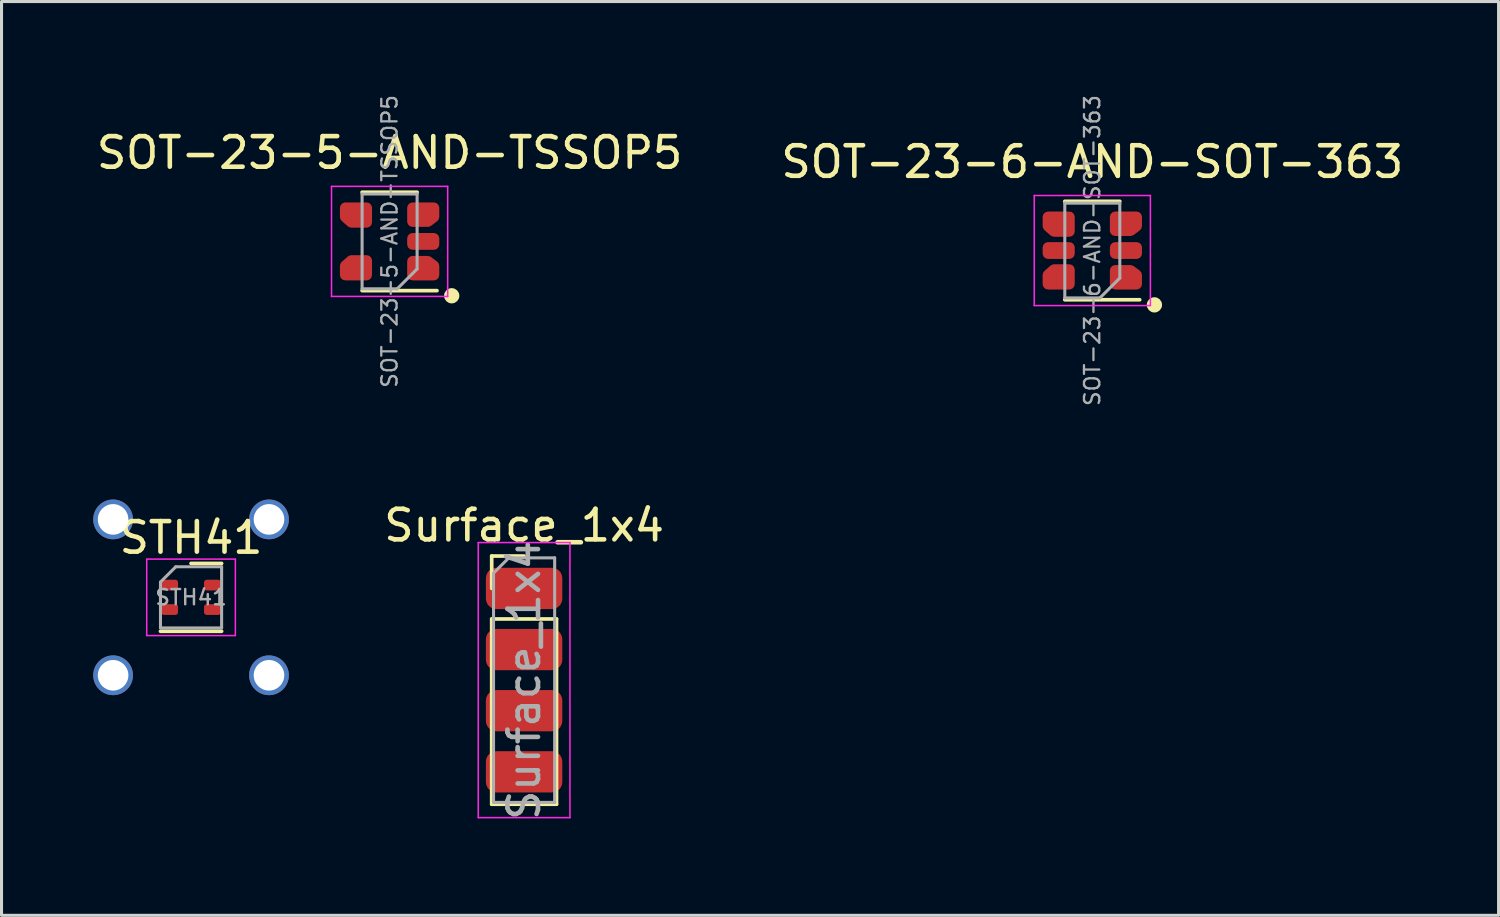
<source format=kicad_pcb>
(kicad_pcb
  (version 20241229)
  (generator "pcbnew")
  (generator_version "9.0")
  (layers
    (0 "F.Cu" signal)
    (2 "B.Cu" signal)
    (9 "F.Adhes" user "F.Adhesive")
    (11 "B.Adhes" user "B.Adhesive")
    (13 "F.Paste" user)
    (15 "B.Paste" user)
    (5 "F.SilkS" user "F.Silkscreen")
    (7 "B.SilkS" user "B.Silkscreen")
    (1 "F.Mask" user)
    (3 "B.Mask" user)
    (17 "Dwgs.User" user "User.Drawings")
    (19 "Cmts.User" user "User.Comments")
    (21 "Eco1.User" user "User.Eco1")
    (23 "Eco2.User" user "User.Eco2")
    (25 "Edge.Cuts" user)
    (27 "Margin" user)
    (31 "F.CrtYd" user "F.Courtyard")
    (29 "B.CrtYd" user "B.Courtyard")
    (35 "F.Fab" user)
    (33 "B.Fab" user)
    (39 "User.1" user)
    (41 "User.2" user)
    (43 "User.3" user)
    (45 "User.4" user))
  (footprint "STH41"
    (layer "F.Cu")
    (at 3.2 16.492)
    (property "Reference" "STH41" (at 0 -1.95 0) (layer "F.SilkS") (effects (font (size 1 1) (thickness 0.15))))
    (attr smd)
    (fp_line (start -1 1.11) (end 1 1.11) (stroke (width 0.12) (type solid)) (layer "F.SilkS"))
    (fp_line (start 0 -1.11) (end 1 -1.11) (stroke (width 0.12) (type solid)) (layer "F.SilkS"))
    (fp_line (start -1.45 -1.25) (end -1.45 1.25) (stroke (width 0.05) (type solid)) (layer "F.CrtYd"))
    (fp_line (start -1.45 1.25) (end 1.45 1.25) (stroke (width 0.05) (type solid)) (layer "F.CrtYd"))
    (fp_line (start 1.45 -1.25) (end -1.45 -1.25) (stroke (width 0.05) (type solid)) (layer "F.CrtYd"))
    (fp_line (start 1.45 1.25) (end 1.45 -1.25) (stroke (width 0.05) (type solid)) (layer "F.CrtYd"))
    (fp_line (start -1 -0.5) (end -0.5 -1) (stroke (width 0.1) (type solid)) (layer "F.Fab"))
    (fp_line (start -1 1) (end -1 -0.5) (stroke (width 0.1) (type solid)) (layer "F.Fab"))
    (fp_line (start -0.5 -1) (end 1 -1) (stroke (width 0.1) (type solid)) (layer "F.Fab"))
    (fp_line (start 1 -1) (end 1 1) (stroke (width 0.1) (type solid)) (layer "F.Fab"))
    (fp_line (start 1 1) (end -1 1) (stroke (width 0.1) (type solid)) (layer "F.Fab"))
    (fp_text user "${REFERENCE}" (at 0 0 0) (layer "F.Fab") (effects (font (size 0.5 0.5) (thickness 0.08))))
    (pad "1" smd roundrect (at -0.7 -0.4) (size 0.55 0.35) (layers "F.Cu" "F.Mask") (roundrect_rratio 0.25))
    (pad "2" smd roundrect (at -0.7 0.4) (size 0.55 0.35) (layers "F.Cu" "F.Mask") (roundrect_rratio 0.25))
    (pad "3" smd roundrect (at 0.7 0.4) (size 0.55 0.35) (layers "F.Cu" "F.Mask") (roundrect_rratio 0.25))
    (pad "4" smd roundrect (at 0.7 -0.4) (size 0.55 0.35) (layers "F.Cu" "F.Mask") (roundrect_rratio 0.25))
    (pad "6" thru_hole circle (at -2.55 -2.55) (size 1.3 1.3) (drill 1) (layers "*.Cu" "*.Mask"))
    (pad "6" thru_hole circle (at -2.55 2.55) (size 1.3 1.3) (drill 1) (layers "*.Cu" "*.Mask"))
    (pad "6" thru_hole circle (at 2.55 -2.55) (size 1.3 1.3) (drill 1) (layers "*.Cu" "*.Mask"))
    (pad "6" thru_hole circle (at 2.55 2.55) (size 1.3 1.3) (drill 1) (layers "*.Cu" "*.Mask")))
  (footprint "SOT-23-6-AND-SOT-363"
    (layer "F.Cu")
    (at 32.685 5.146)
    (property "Reference" "SOT-23-6-AND-SOT-363" (at 0 -2.9 0) (layer "F.SilkS") (effects (font (size 1 1) (thickness 0.15))))
    (attr smd)
    (fp_line (start -0.9 1.61) (end 1.55 1.61) (stroke (width 0.12) (type solid)) (layer "F.SilkS"))
    (fp_line (start 0.9 -1.61) (end -0.9 -1.61) (stroke (width 0.12) (type solid)) (layer "F.SilkS"))
    (fp_circle (center 2.032 1.778) (end 1.907 1.778) (stroke (width 0.25) (type solid)) (fill no) (layer "F.SilkS"))
    (fp_line (start -1.9 -1.8) (end 1.9 -1.8) (stroke (width 0.05) (type solid)) (layer "F.CrtYd"))
    (fp_line (start -1.9 1.8) (end -1.9 -1.8) (stroke (width 0.05) (type solid)) (layer "F.CrtYd"))
    (fp_line (start 1.9 -1.8) (end 1.9 1.8) (stroke (width 0.05) (type solid)) (layer "F.CrtYd"))
    (fp_line (start 1.9 1.8) (end -1.9 1.8) (stroke (width 0.05) (type solid)) (layer "F.CrtYd"))
    (fp_line (start -0.9 -1.55) (end 0.9 -1.55) (stroke (width 0.1) (type solid)) (layer "F.Fab"))
    (fp_line (start -0.9 1.55) (end -0.9 -1.55) (stroke (width 0.1) (type solid)) (layer "F.Fab"))
    (fp_line (start -0.9 1.55) (end 0.25 1.55) (stroke (width 0.1) (type solid)) (layer "F.Fab"))
    (fp_line (start 0.9 0.9) (end 0.25 1.55) (stroke (width 0.1) (type solid)) (layer "F.Fab"))
    (fp_line (start 0.9 0.9) (end 0.9 -1.55) (stroke (width 0.1) (type solid)) (layer "F.Fab"))
    (fp_text user "${REFERENCE}" (at 0 0 270) (layer "F.Fab") (effects (font (size 0.5 0.5) (thickness 0.075))))
    (pad "1" smd custom (at 1.1 0.95) (size 0.3 0.3) (layers "F.Cu" "F.Mask" "F.Paste") (options (anchor circle)) (primitives (gr_poly (pts (xy -0.35 -0.3) (xy 0.15 -0.3) (xy 0.35 -0.15) (xy 0.35 0.15) (xy -0.35 0.15)) (width 0.35) (fill yes))))
    (pad "2" smd custom (at 1.1 0) (size 0.3 0.3) (layers "F.Cu" "F.Mask" "F.Paste") (options (anchor circle)) (primitives (gr_poly (pts (xy -0.35 0.1) (xy 0.35 0.1) (xy 0.35 -0.1) (xy -0.35 -0.1)) (width 0.35) (fill yes))))
    (pad "3" smd custom (at 1.1 -0.95) (size 0.3 0.3) (layers "F.Cu" "F.Mask" "F.Paste") (options (anchor circle)) (primitives (gr_poly (pts (xy -0.35 0.3) (xy 0.15 0.3) (xy 0.35 0.15) (xy 0.35 -0.15) (xy -0.35 -0.15)) (width 0.35) (fill yes))))
    (pad "4" smd custom (at -1.1 -0.95) (size 0.3 0.3) (layers "F.Cu" "F.Mask" "F.Paste") (options (anchor circle)) (primitives (gr_poly (pts (xy 0.35 0.325) (xy -0.15 0.325) (xy -0.35 0.15) (xy -0.35 -0.15) (xy 0.35 -0.15)) (width 0.35) (fill yes))))
    (pad "5" smd custom (at -1.1 0) (size 0.3 0.3) (layers "F.Cu" "F.Mask" "F.Paste") (options (anchor circle)) (primitives (gr_poly (pts (xy -0.35 0.1) (xy 0.35 0.1) (xy 0.35 -0.1) (xy -0.35 -0.1)) (width 0.35) (fill yes))))
    (pad "6" smd custom (at -1.1 0.95) (size 0.3 0.3) (layers "F.Cu" "F.Mask" "F.Paste") (options (anchor circle)) (primitives (gr_poly (pts (xy 0.35 -0.325) (xy -0.15 -0.325) (xy -0.35 -0.15) (xy -0.35 0.15) (xy 0.35 0.15)) (width 0.35) (fill yes)))))
  (footprint "SOT-23-5-AND-TSSOP5"
    (layer "F.Cu")
    (at 9.696 4.848)
    (property "Reference" "SOT-23-5-AND-TSSOP5" (at 0 -2.9 0) (layer "F.SilkS") (effects (font (size 1 1) (thickness 0.15))))
    (attr smd)
    (fp_line (start -0.9 1.61) (end 1.55 1.61) (stroke (width 0.12) (type solid)) (layer "F.SilkS"))
    (fp_line (start 0.9 -1.61) (end -0.9 -1.61) (stroke (width 0.12) (type solid)) (layer "F.SilkS"))
    (fp_circle (center 2.032 1.778) (end 1.907 1.778) (stroke (width 0.25) (type solid)) (fill no) (layer "F.SilkS"))
    (fp_line (start -1.9 -1.8) (end 1.9 -1.8) (stroke (width 0.05) (type solid)) (layer "F.CrtYd"))
    (fp_line (start -1.9 1.8) (end -1.9 -1.8) (stroke (width 0.05) (type solid)) (layer "F.CrtYd"))
    (fp_line (start 1.9 -1.8) (end 1.9 1.8) (stroke (width 0.05) (type solid)) (layer "F.CrtYd"))
    (fp_line (start 1.9 1.8) (end -1.9 1.8) (stroke (width 0.05) (type solid)) (layer "F.CrtYd"))
    (fp_line (start -0.9 -1.55) (end 0.9 -1.55) (stroke (width 0.1) (type solid)) (layer "F.Fab"))
    (fp_line (start -0.9 1.55) (end -0.9 -1.55) (stroke (width 0.1) (type solid)) (layer "F.Fab"))
    (fp_line (start -0.9 1.55) (end 0.25 1.55) (stroke (width 0.1) (type solid)) (layer "F.Fab"))
    (fp_line (start 0.9 0.9) (end 0.25 1.55) (stroke (width 0.1) (type solid)) (layer "F.Fab"))
    (fp_line (start 0.9 0.9) (end 0.9 -1.55) (stroke (width 0.1) (type solid)) (layer "F.Fab"))
    (fp_text user "${REFERENCE}" (at 0 0 270) (layer "F.Fab") (effects (font (size 0.5 0.5) (thickness 0.075))))
    (pad "1" smd custom (at 1.1 0.95) (size 0.3 0.3) (layers "F.Cu" "F.Mask" "F.Paste") (options (anchor circle)) (primitives (gr_poly (pts (xy -0.35 -0.3) (xy 0.15 -0.3) (xy 0.35 -0.15) (xy 0.35 0.15) (xy -0.35 0.15)) (width 0.35) (fill yes))))
    (pad "2" smd custom (at 1.1 0) (size 0.3 0.3) (layers "F.Cu" "F.Mask" "F.Paste") (options (anchor circle)) (primitives (gr_poly (pts (xy -0.35 0.1) (xy 0.35 0.1) (xy 0.35 -0.1) (xy -0.35 -0.1)) (width 0.35) (fill yes))))
    (pad "3" smd custom (at 1.1 -0.95) (size 0.3 0.3) (layers "F.Cu" "F.Mask" "F.Paste") (options (anchor circle)) (primitives (gr_poly (pts (xy -0.35 0.3) (xy 0.15 0.3) (xy 0.35 0.15) (xy 0.35 -0.15) (xy -0.35 -0.15)) (width 0.35) (fill yes))))
    (pad "4" smd custom (at -1.1 -0.95) (size 0.3 0.3) (layers "F.Cu" "F.Mask" "F.Paste") (options (anchor circle)) (primitives (gr_poly (pts (xy 0.35 0.325) (xy -0.15 0.325) (xy -0.35 0.15) (xy -0.35 -0.15) (xy 0.35 -0.15)) (width 0.35) (fill yes))))
    (pad "5" smd custom (at -1.1 0.95) (size 0.3 0.3) (layers "F.Cu" "F.Mask" "F.Paste") (options (anchor circle)) (primitives (gr_poly (pts (xy 0.35 -0.325) (xy -0.15 -0.325) (xy -0.35 -0.15) (xy -0.35 0.15) (xy 0.35 0.15)) (width 0.35) (fill yes)))))
  (footprint "Surface_1x4"
    (layer "F.Cu")
    (at 14.096 16.2)
    (property "Reference" "Surface_1x4" (at 0 -2.06 0) (layer "F.SilkS") (effects (font (size 1 1) (thickness 0.15))))
    (attr through_hole)
    (fp_line (start -1.06 -1.06) (end 0 -1.06) (stroke (width 0.12) (type solid)) (layer "F.SilkS"))
    (fp_line (start -1.06 0) (end -1.06 -1.06) (stroke (width 0.12) (type solid)) (layer "F.SilkS"))
    (fp_line (start -1.06 1) (end -1.06 7.06) (stroke (width 0.12) (type solid)) (layer "F.SilkS"))
    (fp_line (start -1.06 1) (end 1.06 1) (stroke (width 0.12) (type solid)) (layer "F.SilkS"))
    (fp_line (start -1.06 7.06) (end 1.06 7.06) (stroke (width 0.12) (type solid)) (layer "F.SilkS"))
    (fp_line (start 1.06 1) (end 1.06 7.06) (stroke (width 0.12) (type solid)) (layer "F.SilkS"))
    (fp_line (start -1.5 -1.5) (end -1.5 7.5) (stroke (width 0.05) (type solid)) (layer "F.CrtYd"))
    (fp_line (start -1.5 7.5) (end 1.5 7.5) (stroke (width 0.05) (type solid)) (layer "F.CrtYd"))
    (fp_line (start 1.5 -1.5) (end -1.5 -1.5) (stroke (width 0.05) (type solid)) (layer "F.CrtYd"))
    (fp_line (start 1.5 7.5) (end 1.5 -1.5) (stroke (width 0.05) (type solid)) (layer "F.CrtYd"))
    (fp_line (start -1 -0.5) (end -0.5 -1) (stroke (width 0.1) (type solid)) (layer "F.Fab"))
    (fp_line (start -1 7) (end -1 -0.5) (stroke (width 0.1) (type solid)) (layer "F.Fab"))
    (fp_line (start -0.5 -1) (end 1 -1) (stroke (width 0.1) (type solid)) (layer "F.Fab"))
    (fp_line (start 1 -1) (end 1 7) (stroke (width 0.1) (type solid)) (layer "F.Fab"))
    (fp_line (start 1 7) (end -1 7) (stroke (width 0.1) (type solid)) (layer "F.Fab"))
    (fp_text user "${REFERENCE}" (at 0 3 90) (layer "F.Fab") (effects (font (size 1 1) (thickness 0.15))))
    (pad "1" smd roundrect (at 0 0) (size 2.5 1.35) (layers "F.Cu" "F.Mask" "F.Paste") (roundrect_rratio 0.25))
    (pad "2" smd roundrect (at 0 2) (size 2.5 1.35) (layers "F.Cu" "F.Mask" "F.Paste") (roundrect_rratio 0.25))
    (pad "3" smd roundrect (at 0 4) (size 2.5 1.35) (layers "F.Cu" "F.Mask" "F.Paste") (roundrect_rratio 0.25))
    (pad "4" smd roundrect (at 0 6) (size 2.5 1.35) (layers "F.Cu" "F.Mask" "F.Paste") (roundrect_rratio 0.25)))
  (gr_rect
    (start -3 -3)
    (end 45.976 26.896)
    (stroke (width 0.1) (type default))
    (fill no)
    (layer "Edge.Cuts")))
</source>
